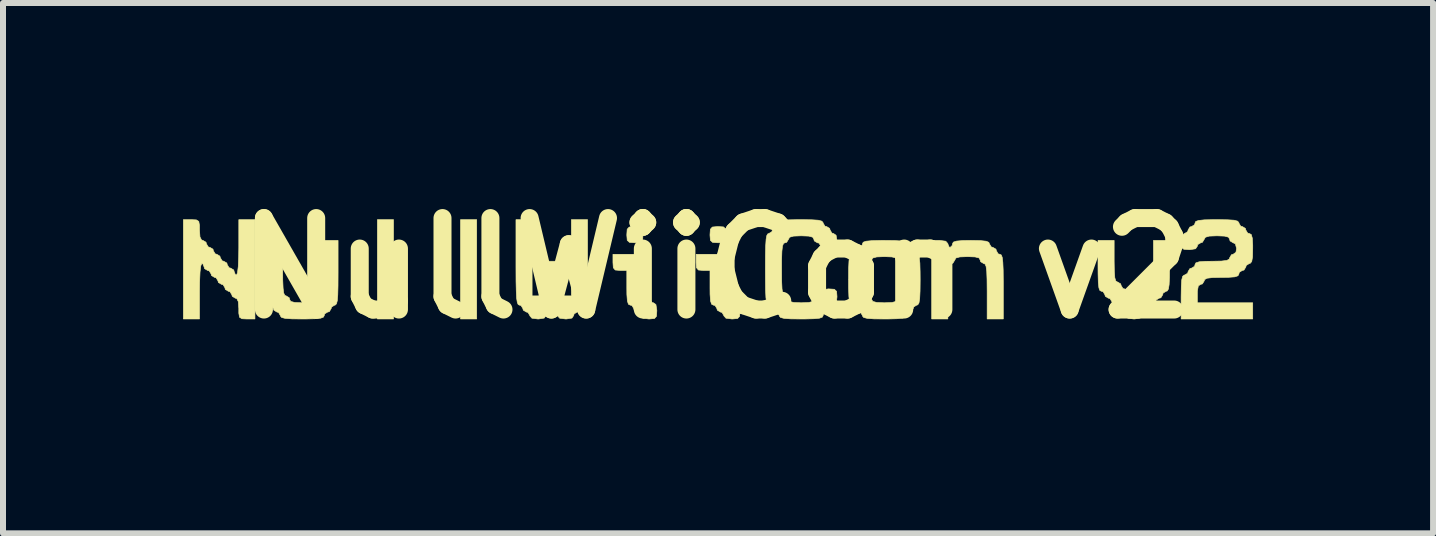
<source format=kicad_pcb>
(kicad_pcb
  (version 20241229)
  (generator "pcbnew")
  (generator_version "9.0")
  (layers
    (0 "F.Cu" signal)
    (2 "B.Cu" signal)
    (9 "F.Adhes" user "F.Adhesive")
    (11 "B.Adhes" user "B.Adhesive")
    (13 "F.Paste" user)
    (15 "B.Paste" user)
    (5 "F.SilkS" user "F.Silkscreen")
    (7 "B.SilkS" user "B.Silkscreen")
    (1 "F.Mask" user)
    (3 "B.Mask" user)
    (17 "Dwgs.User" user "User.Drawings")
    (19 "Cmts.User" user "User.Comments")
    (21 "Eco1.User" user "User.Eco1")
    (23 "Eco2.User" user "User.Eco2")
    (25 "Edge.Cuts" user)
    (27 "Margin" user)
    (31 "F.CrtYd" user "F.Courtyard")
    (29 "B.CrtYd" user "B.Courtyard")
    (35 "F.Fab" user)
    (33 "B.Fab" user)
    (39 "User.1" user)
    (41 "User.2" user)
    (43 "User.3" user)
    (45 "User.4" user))
  (footprint "NullWiiCon v2"
    (layer "F.Cu")
    (at 8.895 1.418)
    (property "Reference" "NullWiiCon v2" (at 0 0 0) (layer "F.SilkS") (effects (font (size 1.524 1.524) (thickness 0.3))))
    (attr through_hole)
    (fp_poly (pts (xy -5.388 0.847) (xy -5.657 0.847) (xy -5.657 -0.808) (xy -5.388 -0.808) (xy -5.388 0.847)) (stroke (width 0.01) (type solid)) (fill yes) (layer "F.SilkS"))
    (fp_poly (pts (xy -4.002 0.847) (xy -4.272 0.847) (xy -4.272 -0.808) (xy -4.002 -0.808) (xy -4.002 0.847)) (stroke (width 0.01) (type solid)) (fill yes) (layer "F.SilkS"))
    (fp_poly (pts (xy -1.276 -0.687) (xy -1.239 -0.653) (xy -1.232 -0.568) (xy -1.232 -0.558) (xy -1.237 -0.468) (xy -1.271 -0.431) (xy -1.356 -0.423) (xy -1.366 -0.423) (xy -1.456 -0.429) (xy -1.494 -0.463) (xy -1.501 -0.548) (xy -1.501 -0.558) (xy -1.495 -0.648) (xy -1.461 -0.685) (xy -1.376 -0.693) (xy -1.366 -0.693) (xy -1.276 -0.687)) (stroke (width 0.01) (type solid)) (fill yes) (layer "F.SilkS"))
    (fp_poly (pts (xy 0.11 -0.687) (xy 0.147 -0.653) (xy 0.154 -0.568) (xy 0.154 -0.558) (xy 0.148 -0.468) (xy 0.114 -0.431) (xy 0.029 -0.423) (xy 0.019 -0.423) (xy -0.071 -0.429) (xy -0.108 -0.463) (xy -0.115 -0.548) (xy -0.115 -0.558) (xy -0.109 -0.648) (xy -0.076 -0.685) (xy 0.009 -0.693) (xy 0.019 -0.693) (xy 0.11 -0.687)) (stroke (width 0.01) (type solid)) (fill yes) (layer "F.SilkS"))
    (fp_poly (pts (xy -1.232 0.115) (xy -1.229 0.284) (xy -1.221 0.39) (xy -1.205 0.444) (xy -1.178 0.462) (xy -1.174 0.462) (xy -1.123 0.493) (xy -1.116 0.52) (xy -1.085 0.571) (xy -1.058 0.577) (xy -1.016 0.606) (xy -1.001 0.7) (xy -1.001 0.712) (xy -1.007 0.802) (xy -1.04 0.839) (xy -1.125 0.847) (xy -1.135 0.847) (xy -1.235 0.834) (xy -1.27 0.794) (xy -1.27 0.789) (xy -1.301 0.738) (xy -1.328 0.731) (xy -1.379 0.7) (xy -1.385 0.673) (xy -1.416 0.622) (xy -1.443 0.616) (xy -1.474 0.601) (xy -1.492 0.546) (xy -1.5 0.438) (xy -1.501 0.327) (xy -1.501 0.038) (xy -1.616 0.038) (xy -1.694 0.031) (xy -1.726 -0.007) (xy -1.732 -0.096) (xy -1.732 -0.231) (xy -1.232 -0.231) (xy -1.232 0.115)) (stroke (width 0.01) (type solid)) (fill yes) (layer "F.SilkS"))
    (fp_poly (pts (xy 0.154 0.115) (xy 0.156 0.284) (xy 0.164 0.39) (xy 0.181 0.444) (xy 0.207 0.462) (xy 0.212 0.462) (xy 0.263 0.493) (xy 0.269 0.52) (xy 0.3 0.571) (xy 0.327 0.577) (xy 0.37 0.606) (xy 0.385 0.7) (xy 0.385 0.712) (xy 0.379 0.802) (xy 0.345 0.839) (xy 0.26 0.847) (xy 0.25 0.847) (xy 0.151 0.834) (xy 0.116 0.794) (xy 0.115 0.789) (xy 0.085 0.738) (xy 0.058 0.731) (xy 0.007 0.7) (xy 0 0.673) (xy -0.031 0.622) (xy -0.058 0.616) (xy -0.088 0.601) (xy -0.106 0.546) (xy -0.114 0.438) (xy -0.115 0.327) (xy -0.115 0.038) (xy -0.231 0.038) (xy -0.308 0.031) (xy -0.34 -0.007) (xy -0.346 -0.096) (xy -0.346 -0.231) (xy 0.154 -0.231) (xy 0.154 0.115)) (stroke (width 0.01) (type solid)) (fill yes) (layer "F.SilkS"))
    (fp_poly (pts (xy 3.813 -0.449) (xy 3.848 -0.409) (xy 3.848 -0.404) (xy 3.869 -0.353) (xy 3.887 -0.346) (xy 3.921 -0.378) (xy 3.925 -0.404) (xy 3.94 -0.434) (xy 3.993 -0.451) (xy 4.097 -0.46) (xy 4.233 -0.462) (xy 4.391 -0.459) (xy 4.486 -0.449) (xy 4.531 -0.43) (xy 4.541 -0.404) (xy 4.572 -0.353) (xy 4.599 -0.346) (xy 4.65 -0.316) (xy 4.657 -0.289) (xy 4.687 -0.238) (xy 4.714 -0.231) (xy 4.738 -0.22) (xy 4.754 -0.18) (xy 4.764 -0.101) (xy 4.77 0.03) (xy 4.772 0.223) (xy 4.772 0.308) (xy 4.772 0.847) (xy 4.503 0.847) (xy 4.503 0.385) (xy 4.501 0.186) (xy 4.496 0.052) (xy 4.485 -0.029) (xy 4.468 -0.068) (xy 4.445 -0.077) (xy 4.394 -0.108) (xy 4.387 -0.135) (xy 4.368 -0.17) (xy 4.302 -0.187) (xy 4.176 -0.192) (xy 4.048 -0.187) (xy 3.982 -0.169) (xy 3.964 -0.135) (xy 3.933 -0.084) (xy 3.906 -0.077) (xy 3.881 -0.065) (xy 3.865 -0.023) (xy 3.855 0.063) (xy 3.85 0.202) (xy 3.848 0.385) (xy 3.848 0.847) (xy 3.579 0.847) (xy 3.579 -0.462) (xy 3.714 -0.462) (xy 3.813 -0.449)) (stroke (width 0.01) (type solid)) (fill yes) (layer "F.SilkS"))
    (fp_poly (pts (xy -7.235 0) (xy -7.234 0.199) (xy -7.228 0.333) (xy -7.218 0.414) (xy -7.2 0.453) (xy -7.177 0.462) (xy -7.126 0.493) (xy -7.12 0.52) (xy -7.101 0.554) (xy -7.034 0.572) (xy -6.908 0.577) (xy -6.78 0.572) (xy -6.715 0.554) (xy -6.696 0.52) (xy -6.666 0.469) (xy -6.639 0.462) (xy -6.614 0.45) (xy -6.597 0.408) (xy -6.587 0.322) (xy -6.582 0.182) (xy -6.581 0) (xy -6.581 -0.462) (xy -6.312 -0.462) (xy -6.312 0.077) (xy -6.313 0.294) (xy -6.317 0.446) (xy -6.325 0.542) (xy -6.339 0.595) (xy -6.36 0.615) (xy -6.369 0.616) (xy -6.42 0.647) (xy -6.427 0.673) (xy -6.458 0.725) (xy -6.485 0.731) (xy -6.536 0.762) (xy -6.542 0.789) (xy -6.556 0.816) (xy -6.603 0.834) (xy -6.699 0.843) (xy -6.855 0.847) (xy -6.908 0.847) (xy -7.082 0.845) (xy -7.193 0.837) (xy -7.252 0.822) (xy -7.273 0.797) (xy -7.274 0.789) (xy -7.304 0.738) (xy -7.331 0.731) (xy -7.382 0.7) (xy -7.389 0.673) (xy -7.42 0.622) (xy -7.447 0.616) (xy -7.47 0.605) (xy -7.486 0.565) (xy -7.497 0.486) (xy -7.502 0.355) (xy -7.504 0.162) (xy -7.505 0.077) (xy -7.505 -0.462) (xy -7.235 -0.462) (xy -7.235 0)) (stroke (width 0.01) (type solid)) (fill yes) (layer "F.SilkS"))
    (fp_poly (pts (xy -3.079 0.462) (xy -2.983 0.462) (xy -2.934 0.458) (xy -2.905 0.437) (xy -2.891 0.381) (xy -2.887 0.275) (xy -2.886 0.173) (xy -2.886 -0.115) (xy -2.617 -0.115) (xy -2.617 0.173) (xy -2.616 0.32) (xy -2.609 0.406) (xy -2.59 0.448) (xy -2.555 0.461) (xy -2.521 0.462) (xy -2.425 0.462) (xy -2.425 -0.808) (xy -2.155 -0.808) (xy -2.155 -0.096) (xy -2.156 0.158) (xy -2.159 0.345) (xy -2.165 0.474) (xy -2.174 0.556) (xy -2.188 0.6) (xy -2.207 0.615) (xy -2.213 0.616) (xy -2.264 0.647) (xy -2.271 0.673) (xy -2.301 0.725) (xy -2.328 0.731) (xy -2.379 0.762) (xy -2.386 0.789) (xy -2.415 0.832) (xy -2.508 0.847) (xy -2.521 0.847) (xy -2.62 0.834) (xy -2.655 0.794) (xy -2.655 0.789) (xy -2.689 0.743) (xy -2.752 0.731) (xy -2.829 0.751) (xy -2.848 0.789) (xy -2.877 0.832) (xy -2.97 0.847) (xy -2.983 0.847) (xy -3.082 0.834) (xy -3.117 0.794) (xy -3.117 0.789) (xy -3.148 0.738) (xy -3.175 0.731) (xy -3.226 0.7) (xy -3.233 0.673) (xy -3.264 0.622) (xy -3.29 0.616) (xy -3.311 0.606) (xy -3.326 0.571) (xy -3.337 0.5) (xy -3.343 0.384) (xy -3.347 0.212) (xy -3.348 -0.023) (xy -3.348 -0.096) (xy -3.348 -0.808) (xy -3.079 -0.808) (xy -3.079 0.462)) (stroke (width 0.01) (type solid)) (fill yes) (layer "F.SilkS"))
    (fp_poly (pts (xy -8.673 -0.804) (xy -8.633 -0.779) (xy -8.621 -0.712) (xy -8.621 -0.635) (xy -8.613 -0.521) (xy -8.587 -0.469) (xy -8.563 -0.462) (xy -8.512 -0.431) (xy -8.505 -0.404) (xy -8.474 -0.353) (xy -8.447 -0.346) (xy -8.396 -0.316) (xy -8.39 -0.289) (xy -8.359 -0.238) (xy -8.332 -0.231) (xy -8.281 -0.2) (xy -8.274 -0.173) (xy -8.243 -0.122) (xy -8.217 -0.115) (xy -8.165 -0.085) (xy -8.159 -0.058) (xy -8.128 -0.007) (xy -8.101 0) (xy -8.05 0.031) (xy -8.043 0.058) (xy -8.023 0.109) (xy -8.005 0.115) (xy -7.988 0.078) (xy -7.975 -0.027) (xy -7.968 -0.191) (xy -7.966 -0.346) (xy -7.966 -0.808) (xy -7.697 -0.808) (xy -7.697 0.847) (xy -7.832 0.847) (xy -7.914 0.843) (xy -7.954 0.818) (xy -7.966 0.751) (xy -7.966 0.673) (xy -7.974 0.559) (xy -8 0.507) (xy -8.024 0.5) (xy -8.075 0.469) (xy -8.082 0.443) (xy -8.113 0.392) (xy -8.14 0.385) (xy -8.191 0.354) (xy -8.197 0.327) (xy -8.228 0.276) (xy -8.255 0.269) (xy -8.306 0.239) (xy -8.313 0.212) (xy -8.344 0.161) (xy -8.37 0.154) (xy -8.421 0.123) (xy -8.428 0.096) (xy -8.459 0.045) (xy -8.486 0.038) (xy -8.537 0.008) (xy -8.544 -0.019) (xy -8.564 -0.07) (xy -8.582 -0.077) (xy -8.599 -0.04) (xy -8.612 0.065) (xy -8.619 0.229) (xy -8.621 0.385) (xy -8.621 0.847) (xy -8.89 0.847) (xy -8.89 -0.808) (xy -8.755 -0.808) (xy -8.673 -0.804)) (stroke (width 0.01) (type solid)) (fill yes) (layer "F.SilkS"))
    (fp_poly (pts (xy 6.619 -0.115) (xy 6.622 0.054) (xy 6.63 0.159) (xy 6.646 0.213) (xy 6.673 0.231) (xy 6.677 0.231) (xy 6.728 0.262) (xy 6.735 0.289) (xy 6.766 0.34) (xy 6.793 0.346) (xy 6.844 0.377) (xy 6.85 0.404) (xy 6.884 0.451) (xy 6.947 0.462) (xy 7.024 0.442) (xy 7.043 0.404) (xy 7.074 0.353) (xy 7.1 0.346) (xy 7.151 0.316) (xy 7.158 0.289) (xy 7.189 0.238) (xy 7.216 0.231) (xy 7.244 0.217) (xy 7.262 0.168) (xy 7.271 0.07) (xy 7.274 -0.09) (xy 7.274 -0.115) (xy 7.274 -0.462) (xy 7.543 -0.462) (xy 7.543 -0.038) (xy 7.541 0.151) (xy 7.535 0.276) (xy 7.523 0.348) (xy 7.503 0.38) (xy 7.485 0.385) (xy 7.434 0.416) (xy 7.428 0.443) (xy 7.397 0.494) (xy 7.37 0.5) (xy 7.319 0.531) (xy 7.312 0.558) (xy 7.281 0.609) (xy 7.254 0.616) (xy 7.203 0.647) (xy 7.197 0.673) (xy 7.166 0.725) (xy 7.139 0.731) (xy 7.088 0.762) (xy 7.081 0.789) (xy 7.052 0.832) (xy 6.959 0.847) (xy 6.947 0.847) (xy 6.847 0.834) (xy 6.812 0.794) (xy 6.812 0.789) (xy 6.781 0.738) (xy 6.754 0.731) (xy 6.703 0.7) (xy 6.696 0.673) (xy 6.666 0.622) (xy 6.639 0.616) (xy 6.588 0.585) (xy 6.581 0.558) (xy 6.55 0.507) (xy 6.523 0.5) (xy 6.472 0.469) (xy 6.465 0.443) (xy 6.435 0.392) (xy 6.408 0.385) (xy 6.382 0.373) (xy 6.365 0.328) (xy 6.355 0.239) (xy 6.351 0.094) (xy 6.35 -0.038) (xy 6.35 -0.462) (xy 6.619 -0.462) (xy 6.619 -0.115)) (stroke (width 0.01) (type solid)) (fill yes) (layer "F.SilkS"))
    (fp_poly (pts (xy 8.506 -0.806) (xy 8.617 -0.799) (xy 8.676 -0.783) (xy 8.697 -0.759) (xy 8.698 -0.75) (xy 8.728 -0.699) (xy 8.755 -0.693) (xy 8.806 -0.662) (xy 8.813 -0.635) (xy 8.844 -0.584) (xy 8.871 -0.577) (xy 8.903 -0.561) (xy 8.921 -0.501) (xy 8.928 -0.384) (xy 8.928 -0.327) (xy 8.925 -0.187) (xy 8.911 -0.109) (xy 8.884 -0.079) (xy 8.871 -0.077) (xy 8.82 -0.046) (xy 8.813 -0.019) (xy 8.782 0.032) (xy 8.755 0.038) (xy 8.704 0.069) (xy 8.698 0.096) (xy 8.682 0.127) (xy 8.628 0.145) (xy 8.52 0.153) (xy 8.409 0.154) (xy 8.257 0.157) (xy 8.167 0.168) (xy 8.127 0.19) (xy 8.12 0.212) (xy 8.089 0.263) (xy 8.063 0.269) (xy 8.022 0.295) (xy 8.006 0.379) (xy 8.005 0.423) (xy 8.005 0.577) (xy 8.928 0.577) (xy 8.928 0.847) (xy 7.735 0.847) (xy 7.735 0.481) (xy 7.738 0.307) (xy 7.745 0.196) (xy 7.76 0.137) (xy 7.785 0.116) (xy 7.793 0.115) (xy 7.844 0.085) (xy 7.851 0.058) (xy 7.882 0.007) (xy 7.909 0) (xy 7.96 -0.031) (xy 7.966 -0.058) (xy 7.981 -0.088) (xy 8.036 -0.106) (xy 8.144 -0.114) (xy 8.255 -0.115) (xy 8.407 -0.118) (xy 8.497 -0.129) (xy 8.537 -0.151) (xy 8.544 -0.173) (xy 8.574 -0.224) (xy 8.601 -0.231) (xy 8.648 -0.264) (xy 8.659 -0.327) (xy 8.639 -0.405) (xy 8.601 -0.423) (xy 8.55 -0.454) (xy 8.544 -0.481) (xy 8.525 -0.516) (xy 8.458 -0.534) (xy 8.332 -0.539) (xy 8.204 -0.534) (xy 8.139 -0.515) (xy 8.12 -0.481) (xy 8.089 -0.43) (xy 8.063 -0.423) (xy 8.012 -0.393) (xy 8.005 -0.366) (xy 7.976 -0.323) (xy 7.882 -0.308) (xy 7.87 -0.308) (xy 7.78 -0.314) (xy 7.743 -0.347) (xy 7.735 -0.432) (xy 7.735 -0.443) (xy 7.748 -0.542) (xy 7.788 -0.577) (xy 7.793 -0.577) (xy 7.844 -0.608) (xy 7.851 -0.635) (xy 7.882 -0.686) (xy 7.909 -0.693) (xy 7.96 -0.724) (xy 7.966 -0.75) (xy 7.979 -0.778) (xy 8.027 -0.795) (xy 8.123 -0.805) (xy 8.279 -0.808) (xy 8.332 -0.808) (xy 8.506 -0.806)) (stroke (width 0.01) (type solid)) (fill yes) (layer "F.SilkS"))
    (fp_poly (pts (xy 2.964 -0.46) (xy 3.075 -0.452) (xy 3.134 -0.437) (xy 3.155 -0.412) (xy 3.156 -0.404) (xy 3.187 -0.353) (xy 3.213 -0.346) (xy 3.265 -0.316) (xy 3.271 -0.289) (xy 3.302 -0.238) (xy 3.329 -0.231) (xy 3.355 -0.219) (xy 3.372 -0.174) (xy 3.382 -0.085) (xy 3.386 0.06) (xy 3.387 0.192) (xy 3.385 0.382) (xy 3.379 0.507) (xy 3.367 0.579) (xy 3.347 0.611) (xy 3.329 0.616) (xy 3.278 0.647) (xy 3.271 0.673) (xy 3.24 0.725) (xy 3.213 0.731) (xy 3.162 0.762) (xy 3.156 0.789) (xy 3.143 0.816) (xy 3.095 0.834) (xy 2.999 0.843) (xy 2.843 0.847) (xy 2.79 0.847) (xy 2.616 0.845) (xy 2.506 0.837) (xy 2.446 0.822) (xy 2.425 0.797) (xy 2.425 0.789) (xy 2.394 0.738) (xy 2.367 0.731) (xy 2.316 0.7) (xy 2.309 0.673) (xy 2.278 0.622) (xy 2.251 0.616) (xy 2.226 0.604) (xy 2.209 0.559) (xy 2.199 0.47) (xy 2.194 0.325) (xy 2.194 0.192) (xy 2.463 0.192) (xy 2.466 0.339) (xy 2.479 0.423) (xy 2.503 0.458) (xy 2.521 0.462) (xy 2.572 0.493) (xy 2.578 0.52) (xy 2.597 0.554) (xy 2.664 0.572) (xy 2.79 0.577) (xy 2.918 0.572) (xy 2.984 0.554) (xy 3.002 0.52) (xy 3.033 0.469) (xy 3.06 0.462) (xy 3.091 0.446) (xy 3.109 0.389) (xy 3.116 0.277) (xy 3.117 0.192) (xy 3.114 0.046) (xy 3.102 -0.038) (xy 3.078 -0.073) (xy 3.06 -0.077) (xy 3.009 -0.108) (xy 3.002 -0.135) (xy 2.983 -0.17) (xy 2.916 -0.187) (xy 2.79 -0.192) (xy 2.663 -0.187) (xy 2.597 -0.169) (xy 2.578 -0.135) (xy 2.548 -0.084) (xy 2.521 -0.077) (xy 2.489 -0.061) (xy 2.471 -0.004) (xy 2.464 0.108) (xy 2.463 0.192) (xy 2.194 0.192) (xy 2.195 0.003) (xy 2.201 -0.122) (xy 2.213 -0.194) (xy 2.233 -0.226) (xy 2.251 -0.231) (xy 2.302 -0.262) (xy 2.309 -0.289) (xy 2.34 -0.34) (xy 2.367 -0.346) (xy 2.418 -0.377) (xy 2.425 -0.404) (xy 2.438 -0.432) (xy 2.485 -0.449) (xy 2.581 -0.458) (xy 2.737 -0.462) (xy 2.79 -0.462) (xy 2.964 -0.46)) (stroke (width 0.01) (type solid)) (fill yes) (layer "F.SilkS"))
    (fp_poly (pts (xy 1.579 -0.806) (xy 1.689 -0.799) (xy 1.748 -0.783) (xy 1.769 -0.759) (xy 1.77 -0.75) (xy 1.801 -0.699) (xy 1.828 -0.693) (xy 1.879 -0.662) (xy 1.886 -0.635) (xy 1.917 -0.584) (xy 1.943 -0.577) (xy 1.986 -0.548) (xy 2.001 -0.455) (xy 2.001 -0.443) (xy 1.995 -0.352) (xy 1.962 -0.315) (xy 1.877 -0.308) (xy 1.867 -0.308) (xy 1.767 -0.32) (xy 1.732 -0.36) (xy 1.732 -0.366) (xy 1.701 -0.417) (xy 1.674 -0.423) (xy 1.623 -0.454) (xy 1.616 -0.481) (xy 1.597 -0.516) (xy 1.531 -0.534) (xy 1.405 -0.539) (xy 1.277 -0.534) (xy 1.211 -0.515) (xy 1.193 -0.481) (xy 1.162 -0.43) (xy 1.135 -0.423) (xy 1.11 -0.412) (xy 1.093 -0.368) (xy 1.083 -0.281) (xy 1.078 -0.138) (xy 1.078 0.019) (xy 1.079 0.214) (xy 1.085 0.343) (xy 1.096 0.419) (xy 1.115 0.455) (xy 1.135 0.462) (xy 1.186 0.493) (xy 1.193 0.52) (xy 1.212 0.554) (xy 1.279 0.572) (xy 1.405 0.577) (xy 1.532 0.572) (xy 1.598 0.554) (xy 1.616 0.52) (xy 1.647 0.469) (xy 1.674 0.462) (xy 1.725 0.431) (xy 1.732 0.404) (xy 1.761 0.361) (xy 1.854 0.346) (xy 1.867 0.346) (xy 1.957 0.352) (xy 1.994 0.386) (xy 2.001 0.471) (xy 2.001 0.481) (xy 1.989 0.581) (xy 1.949 0.616) (xy 1.943 0.616) (xy 1.892 0.647) (xy 1.886 0.673) (xy 1.855 0.725) (xy 1.828 0.731) (xy 1.777 0.762) (xy 1.77 0.789) (xy 1.757 0.816) (xy 1.709 0.834) (xy 1.614 0.843) (xy 1.458 0.847) (xy 1.405 0.847) (xy 1.23 0.845) (xy 1.12 0.837) (xy 1.061 0.822) (xy 1.04 0.797) (xy 1.039 0.789) (xy 1.008 0.738) (xy 0.981 0.731) (xy 0.93 0.7) (xy 0.924 0.673) (xy 0.893 0.622) (xy 0.866 0.616) (xy 0.844 0.605) (xy 0.828 0.567) (xy 0.817 0.491) (xy 0.811 0.366) (xy 0.809 0.182) (xy 0.808 0.019) (xy 0.809 -0.211) (xy 0.813 -0.375) (xy 0.82 -0.483) (xy 0.832 -0.545) (xy 0.85 -0.573) (xy 0.866 -0.577) (xy 0.917 -0.608) (xy 0.924 -0.635) (xy 0.954 -0.686) (xy 0.981 -0.693) (xy 1.032 -0.724) (xy 1.039 -0.75) (xy 1.052 -0.778) (xy 1.1 -0.795) (xy 1.196 -0.805) (xy 1.352 -0.808) (xy 1.405 -0.808) (xy 1.579 -0.806)) (stroke (width 0.01) (type solid)) (fill yes) (layer "F.SilkS")))
  (gr_rect
    (start -3 -3)
    (end 20.828 5.836)
    (stroke (width 0.1) (type default))
    (fill no)
    (layer "Edge.Cuts")))
</source>
